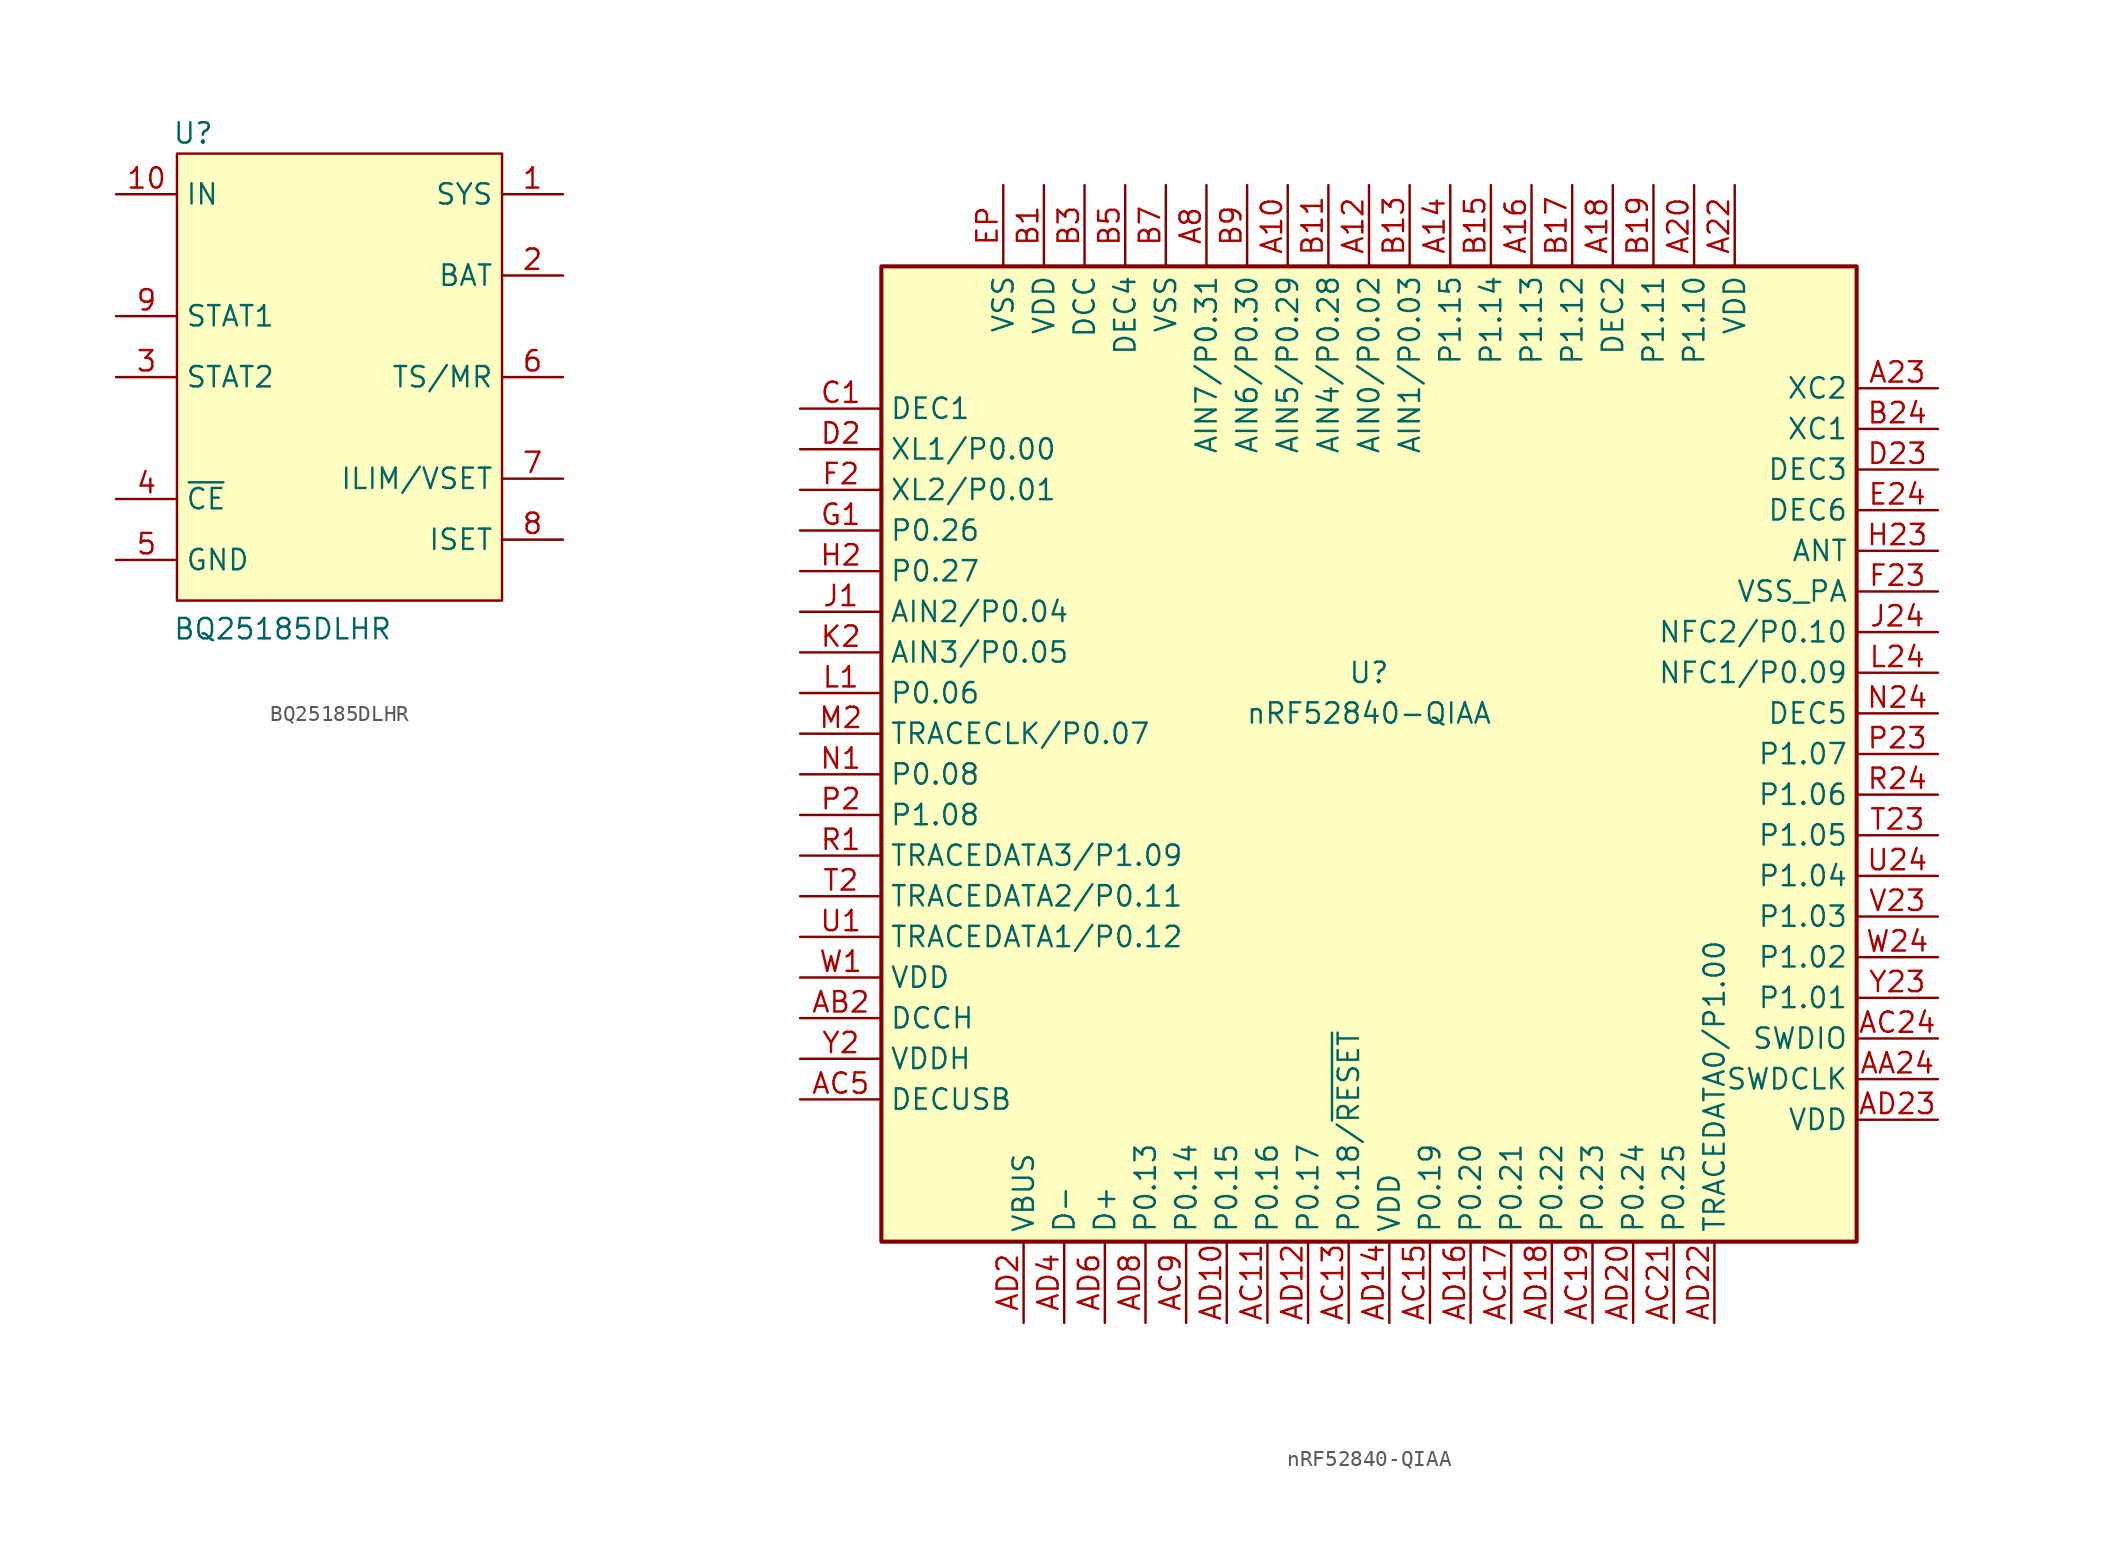
<source format=kicad_sym>
(kicad_symbol_lib
  (version 20241209)
  (generator "kicad_symbol_editor")
  (generator_version "9.0")
  (symbol "BQ25185DLHR"
    (property "Reference" "U"
      (at -9.144 15.24 0)
      (effects (font (size 1.27 1.27))))
    (property "Value" "BQ25185DLHR"
      (at -3.556 -15.748 0)
      (effects (font (size 1.27 1.27))))
    (symbol "BQ25185DLHR_1_1"
      (rectangle (start -10.16 13.97) (end 10.16 -13.97) (stroke (width 0) (type solid)) (fill (type background)))
      (pin power_in line (at -13.97 11.43 0) (length 3.81) (name "IN" (effects (font (size 1.27 1.27)))) (number "10" (effects (font (size 1.27 1.27)))))
      (pin output line (at -13.97 3.81 0) (length 3.81) (name "STAT1" (effects (font (size 1.27 1.27)))) (number "9" (effects (font (size 1.27 1.27)))))
      (pin output line (at -13.97 0 0) (length 3.81) (name "STAT2" (effects (font (size 1.27 1.27)))) (number "3" (effects (font (size 1.27 1.27)))))
      (pin input line (at -13.97 -7.62 0) (length 3.81) (name "~{CE}" (effects (font (size 1.27 1.27)))) (number "4" (effects (font (size 1.27 1.27)))))
      (pin bidirectional line (at -13.97 -11.43 0) (length 3.81) (hide yes) (name "EP" (effects (font (size 1.27 1.27)))) (number "11" (effects (font (size 1.27 1.27)))))
      (pin power_in line (at -13.97 -11.43 0) (length 3.81) (name "GND" (effects (font (size 1.27 1.27)))) (number "5" (effects (font (size 1.27 1.27)))))
      (pin power_out line (at 13.97 11.43 180) (length 3.81) (name "SYS" (effects (font (size 1.27 1.27)))) (number "1" (effects (font (size 1.27 1.27)))))
      (pin power_in line (at 13.97 6.35 180) (length 3.81) (name "BAT" (effects (font (size 1.27 1.27)))) (number "2" (effects (font (size 1.27 1.27)))))
      (pin bidirectional line (at 13.97 0 180) (length 3.81) (name "TS/MR" (effects (font (size 1.27 1.27)))) (number "6" (effects (font (size 1.27 1.27)))))
      (pin bidirectional line (at 13.97 -6.35 180) (length 3.81) (name "ILIM/VSET" (effects (font (size 1.27 1.27)))) (number "7" (effects (font (size 1.27 1.27)))))
      (pin bidirectional line (at 13.97 -10.16 180) (length 3.81) (name "ISET" (effects (font (size 1.27 1.27)))) (number "8" (effects (font (size 1.27 1.27)))))))
  (symbol "nRF52840-QIAA"
    (property "Reference" "U"
      (at 0 5.08 0)
      (effects (font (size 1.27 1.27))))
    (property "Value" "nRF52840-QIAA"
      (at 0 2.54 0)
      (effects (font (size 1.27 1.27))))
    (symbol "nRF52840-QIAA_0_1"
      (rectangle (start -30.48 30.48) (end 30.48 -30.48) (stroke (width 0.254) (type default)) (fill (type background))))
    (symbol "nRF52840-QIAA_1_1"
      (pin passive line (at -35.56 21.59 0) (length 5.08) (name "DEC1" (effects (font (size 1.27 1.27)))) (number "C1" (effects (font (size 1.27 1.27)))))
      (pin bidirectional line (at -35.56 19.05 0) (length 5.08) (name "XL1/P0.00" (effects (font (size 1.27 1.27)))) (number "D2" (effects (font (size 1.27 1.27)))))
      (pin bidirectional line (at -35.56 16.51 0) (length 5.08) (name "XL2/P0.01" (effects (font (size 1.27 1.27)))) (number "F2" (effects (font (size 1.27 1.27)))))
      (pin bidirectional line (at -35.56 13.97 0) (length 5.08) (name "P0.26" (effects (font (size 1.27 1.27)))) (number "G1" (effects (font (size 1.27 1.27)))))
      (pin bidirectional line (at -35.56 11.43 0) (length 5.08) (name "P0.27" (effects (font (size 1.27 1.27)))) (number "H2" (effects (font (size 1.27 1.27)))))
      (pin bidirectional line (at -35.56 8.89 0) (length 5.08) (name "AIN2/P0.04" (effects (font (size 1.27 1.27)))) (number "J1" (effects (font (size 1.27 1.27)))))
      (pin bidirectional line (at -35.56 6.35 0) (length 5.08) (name "AIN3/P0.05" (effects (font (size 1.27 1.27)))) (number "K2" (effects (font (size 1.27 1.27)))))
      (pin bidirectional line (at -35.56 3.81 0) (length 5.08) (name "P0.06" (effects (font (size 1.27 1.27)))) (number "L1" (effects (font (size 1.27 1.27)))))
      (pin bidirectional line (at -35.56 1.27 0) (length 5.08) (name "TRACECLK/P0.07" (effects (font (size 1.27 1.27)))) (number "M2" (effects (font (size 1.27 1.27)))))
      (pin bidirectional line (at -35.56 -1.27 0) (length 5.08) (name "P0.08" (effects (font (size 1.27 1.27)))) (number "N1" (effects (font (size 1.27 1.27)))))
      (pin bidirectional line (at -35.56 -3.81 0) (length 5.08) (name "P1.08" (effects (font (size 1.27 1.27)))) (number "P2" (effects (font (size 1.27 1.27)))))
      (pin bidirectional line (at -35.56 -6.35 0) (length 5.08) (name "TRACEDATA3/P1.09" (effects (font (size 1.27 1.27)))) (number "R1" (effects (font (size 1.27 1.27)))))
      (pin bidirectional line (at -35.56 -8.89 0) (length 5.08) (name "TRACEDATA2/P0.11" (effects (font (size 1.27 1.27)))) (number "T2" (effects (font (size 1.27 1.27)))))
      (pin bidirectional line (at -35.56 -11.43 0) (length 5.08) (name "TRACEDATA1/P0.12" (effects (font (size 1.27 1.27)))) (number "U1" (effects (font (size 1.27 1.27)))))
      (pin passive line (at -35.56 -13.97 0) (length 5.08) (name "VDD" (effects (font (size 1.27 1.27)))) (number "W1" (effects (font (size 1.27 1.27)))))
      (pin power_out line (at -35.56 -16.51 0) (length 5.08) (name "DCCH" (effects (font (size 1.27 1.27)))) (number "AB2" (effects (font (size 1.27 1.27)))))
      (pin power_in line (at -35.56 -19.05 0) (length 5.08) (name "VDDH" (effects (font (size 1.27 1.27)))) (number "Y2" (effects (font (size 1.27 1.27)))))
      (pin passive line (at -35.56 -21.59 0) (length 5.08) (name "DECUSB" (effects (font (size 1.27 1.27)))) (number "AC5" (effects (font (size 1.27 1.27)))))
      (pin passive line (at -22.86 35.56 270) (length 5.08) (name "VSS" (effects (font (size 1.27 1.27)))) (number "EP" (effects (font (size 1.27 1.27)))))
      (pin power_in line (at -21.59 -35.56 90) (length 5.08) (name "VBUS" (effects (font (size 1.27 1.27)))) (number "AD2" (effects (font (size 1.27 1.27)))))
      (pin power_in line (at -20.32 35.56 270) (length 5.08) (name "VDD" (effects (font (size 1.27 1.27)))) (number "B1" (effects (font (size 1.27 1.27)))))
      (pin bidirectional line (at -19.05 -35.56 90) (length 5.08) (name "D-" (effects (font (size 1.27 1.27)))) (number "AD4" (effects (font (size 1.27 1.27)))))
      (pin power_out line (at -17.78 35.56 270) (length 5.08) (name "DCC" (effects (font (size 1.27 1.27)))) (number "B3" (effects (font (size 1.27 1.27)))))
      (pin bidirectional line (at -16.51 -35.56 90) (length 5.08) (name "D+" (effects (font (size 1.27 1.27)))) (number "AD6" (effects (font (size 1.27 1.27)))))
      (pin passive line (at -15.24 35.56 270) (length 5.08) (name "DEC4" (effects (font (size 1.27 1.27)))) (number "B5" (effects (font (size 1.27 1.27)))))
      (pin bidirectional line (at -13.97 -35.56 90) (length 5.08) (name "P0.13" (effects (font (size 1.27 1.27)))) (number "AD8" (effects (font (size 1.27 1.27)))))
      (pin power_in line (at -12.7 35.56 270) (length 5.08) (name "VSS" (effects (font (size 1.27 1.27)))) (number "B7" (effects (font (size 1.27 1.27)))))
      (pin bidirectional line (at -11.43 -35.56 90) (length 5.08) (name "P0.14" (effects (font (size 1.27 1.27)))) (number "AC9" (effects (font (size 1.27 1.27)))))
      (pin bidirectional line (at -10.16 35.56 270) (length 5.08) (name "AIN7/P0.31" (effects (font (size 1.27 1.27)))) (number "A8" (effects (font (size 1.27 1.27)))))
      (pin bidirectional line (at -8.89 -35.56 90) (length 5.08) (name "P0.15" (effects (font (size 1.27 1.27)))) (number "AD10" (effects (font (size 1.27 1.27)))))
      (pin bidirectional line (at -7.62 35.56 270) (length 5.08) (name "AIN6/P0.30" (effects (font (size 1.27 1.27)))) (number "B9" (effects (font (size 1.27 1.27)))))
      (pin bidirectional line (at -6.35 -35.56 90) (length 5.08) (name "P0.16" (effects (font (size 1.27 1.27)))) (number "AC11" (effects (font (size 1.27 1.27)))))
      (pin bidirectional line (at -5.08 35.56 270) (length 5.08) (name "AIN5/P0.29" (effects (font (size 1.27 1.27)))) (number "A10" (effects (font (size 1.27 1.27)))))
      (pin bidirectional line (at -3.81 -35.56 90) (length 5.08) (name "P0.17" (effects (font (size 1.27 1.27)))) (number "AD12" (effects (font (size 1.27 1.27)))))
      (pin bidirectional line (at -2.54 35.56 270) (length 5.08) (name "AIN4/P0.28" (effects (font (size 1.27 1.27)))) (number "B11" (effects (font (size 1.27 1.27)))))
      (pin bidirectional line (at -1.27 -35.56 90) (length 5.08) (name "P0.18/~{RESET}" (effects (font (size 1.27 1.27)))) (number "AC13" (effects (font (size 1.27 1.27)))))
      (pin bidirectional line (at 0 35.56 270) (length 5.08) (name "AIN0/P0.02" (effects (font (size 1.27 1.27)))) (number "A12" (effects (font (size 1.27 1.27)))))
      (pin passive line (at 1.27 -35.56 90) (length 5.08) (name "VDD" (effects (font (size 1.27 1.27)))) (number "AD14" (effects (font (size 1.27 1.27)))))
      (pin bidirectional line (at 2.54 35.56 270) (length 5.08) (name "AIN1/P0.03" (effects (font (size 1.27 1.27)))) (number "B13" (effects (font (size 1.27 1.27)))))
      (pin bidirectional line (at 3.81 -35.56 90) (length 5.08) (name "P0.19" (effects (font (size 1.27 1.27)))) (number "AC15" (effects (font (size 1.27 1.27)))))
      (pin bidirectional line (at 5.08 35.56 270) (length 5.08) (name "P1.15" (effects (font (size 1.27 1.27)))) (number "A14" (effects (font (size 1.27 1.27)))))
      (pin bidirectional line (at 6.35 -35.56 90) (length 5.08) (name "P0.20" (effects (font (size 1.27 1.27)))) (number "AD16" (effects (font (size 1.27 1.27)))))
      (pin bidirectional line (at 7.62 35.56 270) (length 5.08) (name "P1.14" (effects (font (size 1.27 1.27)))) (number "B15" (effects (font (size 1.27 1.27)))))
      (pin bidirectional line (at 8.89 -35.56 90) (length 5.08) (name "P0.21" (effects (font (size 1.27 1.27)))) (number "AC17" (effects (font (size 1.27 1.27)))))
      (pin bidirectional line (at 10.16 35.56 270) (length 5.08) (name "P1.13" (effects (font (size 1.27 1.27)))) (number "A16" (effects (font (size 1.27 1.27)))))
      (pin bidirectional line (at 11.43 -35.56 90) (length 5.08) (name "P0.22" (effects (font (size 1.27 1.27)))) (number "AD18" (effects (font (size 1.27 1.27)))))
      (pin bidirectional line (at 12.7 35.56 270) (length 5.08) (name "P1.12" (effects (font (size 1.27 1.27)))) (number "B17" (effects (font (size 1.27 1.27)))))
      (pin bidirectional line (at 13.97 -35.56 90) (length 5.08) (name "P0.23" (effects (font (size 1.27 1.27)))) (number "AC19" (effects (font (size 1.27 1.27)))))
      (pin passive line (at 15.24 35.56 270) (length 5.08) (name "DEC2" (effects (font (size 1.27 1.27)))) (number "A18" (effects (font (size 1.27 1.27)))))
      (pin bidirectional line (at 16.51 -35.56 90) (length 5.08) (name "P0.24" (effects (font (size 1.27 1.27)))) (number "AD20" (effects (font (size 1.27 1.27)))))
      (pin bidirectional line (at 17.78 35.56 270) (length 5.08) (name "P1.11" (effects (font (size 1.27 1.27)))) (number "B19" (effects (font (size 1.27 1.27)))))
      (pin bidirectional line (at 19.05 -35.56 90) (length 5.08) (name "P0.25" (effects (font (size 1.27 1.27)))) (number "AC21" (effects (font (size 1.27 1.27)))))
      (pin bidirectional line (at 20.32 35.56 270) (length 5.08) (name "P1.10" (effects (font (size 1.27 1.27)))) (number "A20" (effects (font (size 1.27 1.27)))))
      (pin bidirectional line (at 21.59 -35.56 90) (length 5.08) (name "TRACEDATA0/P1.00" (effects (font (size 1.27 1.27)))) (number "AD22" (effects (font (size 1.27 1.27)))))
      (pin passive line (at 22.86 35.56 270) (length 5.08) (name "VDD" (effects (font (size 1.27 1.27)))) (number "A22" (effects (font (size 1.27 1.27)))))
      (pin input line (at 35.56 22.86 180) (length 5.08) (name "XC2" (effects (font (size 1.27 1.27)))) (number "A23" (effects (font (size 1.27 1.27)))))
      (pin input line (at 35.56 20.32 180) (length 5.08) (name "XC1" (effects (font (size 1.27 1.27)))) (number "B24" (effects (font (size 1.27 1.27)))))
      (pin passive line (at 35.56 17.78 180) (length 5.08) (name "DEC3" (effects (font (size 1.27 1.27)))) (number "D23" (effects (font (size 1.27 1.27)))))
      (pin passive line (at 35.56 15.24 180) (length 5.08) (name "DEC6" (effects (font (size 1.27 1.27)))) (number "E24" (effects (font (size 1.27 1.27)))))
      (pin passive line (at 35.56 12.7 180) (length 5.08) (name "ANT" (effects (font (size 1.27 1.27)))) (number "H23" (effects (font (size 1.27 1.27)))))
      (pin power_in line (at 35.56 10.16 180) (length 5.08) (name "VSS_PA" (effects (font (size 1.27 1.27)))) (number "F23" (effects (font (size 1.27 1.27)))))
      (pin bidirectional line (at 35.56 7.62 180) (length 5.08) (name "NFC2/P0.10" (effects (font (size 1.27 1.27)))) (number "J24" (effects (font (size 1.27 1.27)))))
      (pin bidirectional line (at 35.56 5.08 180) (length 5.08) (name "NFC1/P0.09" (effects (font (size 1.27 1.27)))) (number "L24" (effects (font (size 1.27 1.27)))))
      (pin passive line (at 35.56 2.54 180) (length 5.08) (name "DEC5" (effects (font (size 1.27 1.27)))) (number "N24" (effects (font (size 1.27 1.27)))))
      (pin bidirectional line (at 35.56 0 180) (length 5.08) (name "P1.07" (effects (font (size 1.27 1.27)))) (number "P23" (effects (font (size 1.27 1.27)))))
      (pin bidirectional line (at 35.56 -2.54 180) (length 5.08) (name "P1.06" (effects (font (size 1.27 1.27)))) (number "R24" (effects (font (size 1.27 1.27)))))
      (pin bidirectional line (at 35.56 -5.08 180) (length 5.08) (name "P1.05" (effects (font (size 1.27 1.27)))) (number "T23" (effects (font (size 1.27 1.27)))))
      (pin bidirectional line (at 35.56 -7.62 180) (length 5.08) (name "P1.04" (effects (font (size 1.27 1.27)))) (number "U24" (effects (font (size 1.27 1.27)))))
      (pin bidirectional line (at 35.56 -10.16 180) (length 5.08) (name "P1.03" (effects (font (size 1.27 1.27)))) (number "V23" (effects (font (size 1.27 1.27)))))
      (pin bidirectional line (at 35.56 -12.7 180) (length 5.08) (name "P1.02" (effects (font (size 1.27 1.27)))) (number "W24" (effects (font (size 1.27 1.27)))))
      (pin bidirectional line (at 35.56 -15.24 180) (length 5.08) (name "P1.01" (effects (font (size 1.27 1.27)))) (number "Y23" (effects (font (size 1.27 1.27)))))
      (pin bidirectional line (at 35.56 -17.78 180) (length 5.08) (name "SWDIO" (effects (font (size 1.27 1.27)))) (number "AC24" (effects (font (size 1.27 1.27)))))
      (pin input line (at 35.56 -20.32 180) (length 5.08) (name "SWDCLK" (effects (font (size 1.27 1.27)))) (number "AA24" (effects (font (size 1.27 1.27)))))
      (pin passive line (at 35.56 -22.86 180) (length 5.08) (name "VDD" (effects (font (size 1.27 1.27)))) (number "AD23" (effects (font (size 1.27 1.27))))))))
</source>
